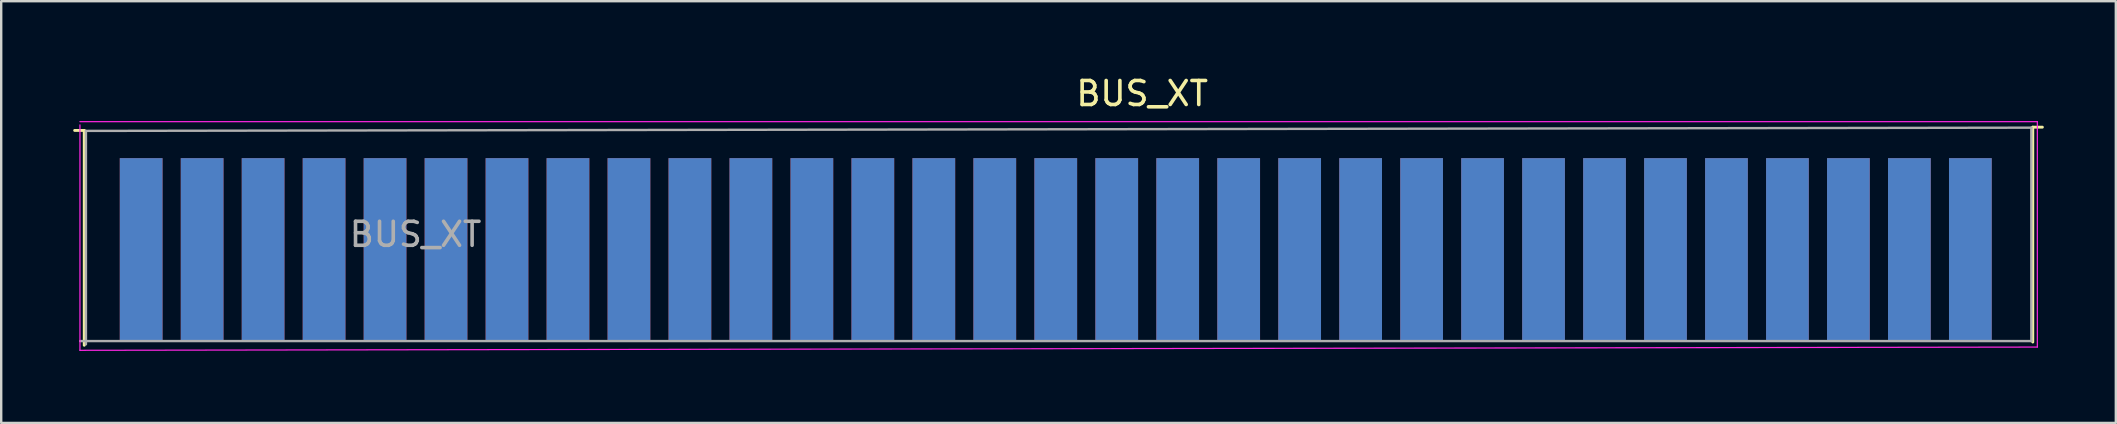
<source format=kicad_pcb>
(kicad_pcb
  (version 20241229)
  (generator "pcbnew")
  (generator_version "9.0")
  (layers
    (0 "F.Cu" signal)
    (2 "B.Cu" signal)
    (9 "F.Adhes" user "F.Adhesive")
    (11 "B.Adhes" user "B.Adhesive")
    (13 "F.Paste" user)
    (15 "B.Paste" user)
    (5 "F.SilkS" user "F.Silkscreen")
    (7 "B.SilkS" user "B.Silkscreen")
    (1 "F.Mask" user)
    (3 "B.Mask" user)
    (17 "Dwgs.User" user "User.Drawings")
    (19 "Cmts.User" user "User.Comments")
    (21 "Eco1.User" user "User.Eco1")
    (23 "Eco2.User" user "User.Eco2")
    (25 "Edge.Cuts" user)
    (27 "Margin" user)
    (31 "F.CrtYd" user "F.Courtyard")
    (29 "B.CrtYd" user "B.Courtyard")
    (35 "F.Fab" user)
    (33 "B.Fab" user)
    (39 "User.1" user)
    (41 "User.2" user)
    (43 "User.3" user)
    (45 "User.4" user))
  (footprint "BUS_XT"
    (layer "F.Cu")
    (at 79.03 7.348)
    (property "Reference" "BUS_XT" (at -34.5 -6.5 0) (layer "F.SilkS") (effects (font (size 1 1) (thickness 0.15))))
    (attr exclude_from_pos_files exclude_from_bom)
    (fp_line (start -78.57 -4.965) (end -78.97 -4.965) (stroke (width 0.12) (type solid)) (layer "F.SilkS"))
    (fp_line (start -78.57 3.985) (end -78.57 -4.965) (stroke (width 0.12) (type solid)) (layer "F.SilkS"))
    (fp_line (start 2.6 -5.1) (end 3 -5.1) (stroke (width 0.12) (type solid)) (layer "F.SilkS"))
    (fp_line (start 2.6 3.85) (end 2.6 -5.1) (stroke (width 0.12) (type solid)) (layer "F.SilkS"))
    (fp_line (start -78.75 -5.33) (end 2.79 -5.33) (stroke (width 0.05) (type solid)) (layer "F.CrtYd"))
    (fp_line (start -78.75 -5.195) (end -78.75 4.195) (stroke (width 0.05) (type solid)) (layer "F.CrtYd"))
    (fp_line (start 2.79 4.06) (end -78.75 4.195) (stroke (width 0.05) (type solid)) (layer "F.CrtYd"))
    (fp_line (start 2.79 4.06) (end 2.79 -5.33) (stroke (width 0.05) (type solid)) (layer "F.CrtYd"))
    (fp_line (start -78.5 -4.945) (end 2.54 -5.08) (stroke (width 0.1) (type solid)) (layer "F.Fab"))
    (fp_line (start -78.5 3.945) (end -78.5 -4.945) (stroke (width 0.1) (type solid)) (layer "F.Fab"))
    (fp_line (start 2.54 -5.08) (end 2.54 3.81) (stroke (width 0.1) (type solid)) (layer "F.Fab"))
    (fp_line (start 2.54 3.81) (end -78.74 3.81) (stroke (width 0.1) (type solid)) (layer "F.Fab"))
    (fp_text user "${REFERENCE}" (at -64.77 -0.635 0) (layer "F.Fab") (effects (font (size 1 1) (thickness 0.15))))
    (pad "1" connect rect (at 0 0) (size 1.78 7.62) (layers "B.Cu" "B.Mask"))
    (pad "2" connect rect (at -2.54 0) (size 1.78 7.62) (layers "B.Cu" "B.Mask"))
    (pad "3" connect rect (at -5.08 0) (size 1.78 7.62) (layers "B.Cu" "B.Mask"))
    (pad "4" connect rect (at -7.62 0) (size 1.78 7.62) (layers "B.Cu" "B.Mask"))
    (pad "5" connect rect (at -10.16 0) (size 1.78 7.62) (layers "B.Cu" "B.Mask"))
    (pad "6" connect rect (at -12.7 0) (size 1.78 7.62) (layers "B.Cu" "B.Mask"))
    (pad "7" connect rect (at -15.24 0) (size 1.78 7.62) (layers "B.Cu" "B.Mask"))
    (pad "8" connect rect (at -17.78 0) (size 1.78 7.62) (layers "B.Cu" "B.Mask"))
    (pad "9" connect rect (at -20.32 0) (size 1.78 7.62) (layers "B.Cu" "B.Mask"))
    (pad "10" connect rect (at -22.86 0) (size 1.78 7.62) (layers "B.Cu" "B.Mask"))
    (pad "11" connect rect (at -25.4 0) (size 1.78 7.62) (layers "B.Cu" "B.Mask"))
    (pad "12" connect rect (at -27.94 0) (size 1.78 7.62) (layers "B.Cu" "B.Mask"))
    (pad "13" connect rect (at -30.48 0) (size 1.78 7.62) (layers "B.Cu" "B.Mask"))
    (pad "14" connect rect (at -33.02 0) (size 1.78 7.62) (layers "B.Cu" "B.Mask"))
    (pad "15" connect rect (at -35.56 0) (size 1.78 7.62) (layers "B.Cu" "B.Mask"))
    (pad "16" connect rect (at -38.1 0) (size 1.78 7.62) (layers "B.Cu" "B.Mask"))
    (pad "17" connect rect (at -40.64 0) (size 1.78 7.62) (layers "B.Cu" "B.Mask"))
    (pad "18" connect rect (at -43.18 0) (size 1.78 7.62) (layers "B.Cu" "B.Mask"))
    (pad "19" connect rect (at -45.72 0) (size 1.78 7.62) (layers "B.Cu" "B.Mask"))
    (pad "20" connect rect (at -48.26 0) (size 1.78 7.62) (layers "B.Cu" "B.Mask"))
    (pad "21" connect rect (at -50.8 0) (size 1.78 7.62) (layers "B.Cu" "B.Mask"))
    (pad "22" connect rect (at -53.34 0) (size 1.78 7.62) (layers "B.Cu" "B.Mask"))
    (pad "23" connect rect (at -55.88 0) (size 1.78 7.62) (layers "B.Cu" "B.Mask"))
    (pad "24" connect rect (at -58.42 0) (size 1.78 7.62) (layers "B.Cu" "B.Mask"))
    (pad "25" connect rect (at -60.96 0) (size 1.78 7.62) (layers "B.Cu" "B.Mask"))
    (pad "26" connect rect (at -63.5 0) (size 1.78 7.62) (layers "B.Cu" "B.Mask"))
    (pad "27" connect rect (at -66.04 0) (size 1.78 7.62) (layers "B.Cu" "B.Mask"))
    (pad "28" connect rect (at -68.58 0) (size 1.78 7.62) (layers "B.Cu" "B.Mask"))
    (pad "29" connect rect (at -71.12 0) (size 1.78 7.62) (layers "B.Cu" "B.Mask"))
    (pad "30" connect rect (at -73.66 0) (size 1.78 7.62) (layers "B.Cu" "B.Mask"))
    (pad "31" connect rect (at -76.2 0) (size 1.78 7.62) (layers "B.Cu" "B.Mask"))
    (pad "32" connect rect (at 0 0) (size 1.78 7.62) (layers "F.Cu" "F.Mask"))
    (pad "33" connect rect (at -2.54 0) (size 1.78 7.62) (layers "F.Cu" "F.Mask"))
    (pad "34" connect rect (at -5.08 0) (size 1.78 7.62) (layers "F.Cu" "F.Mask"))
    (pad "35" connect rect (at -7.62 0) (size 1.78 7.62) (layers "F.Cu" "F.Mask"))
    (pad "36" connect rect (at -10.16 0) (size 1.78 7.62) (layers "F.Cu" "F.Mask"))
    (pad "37" connect rect (at -12.7 0) (size 1.78 7.62) (layers "F.Cu" "F.Mask"))
    (pad "38" connect rect (at -15.24 0) (size 1.78 7.62) (layers "F.Cu" "F.Mask"))
    (pad "39" connect rect (at -17.78 0) (size 1.78 7.62) (layers "F.Cu" "F.Mask"))
    (pad "40" connect rect (at -20.32 0) (size 1.78 7.62) (layers "F.Cu" "F.Mask"))
    (pad "41" connect rect (at -22.86 0) (size 1.78 7.62) (layers "F.Cu" "F.Mask"))
    (pad "42" connect rect (at -25.4 0) (size 1.78 7.62) (layers "F.Cu" "F.Mask"))
    (pad "43" connect rect (at -27.94 0) (size 1.78 7.62) (layers "F.Cu" "F.Mask"))
    (pad "44" connect rect (at -30.48 0) (size 1.78 7.62) (layers "F.Cu" "F.Mask"))
    (pad "45" connect rect (at -33.02 0) (size 1.78 7.62) (layers "F.Cu" "F.Mask"))
    (pad "46" connect rect (at -35.56 0) (size 1.78 7.62) (layers "F.Cu" "F.Mask"))
    (pad "47" connect rect (at -38.1 0) (size 1.78 7.62) (layers "F.Cu" "F.Mask"))
    (pad "48" connect rect (at -40.64 0) (size 1.78 7.62) (layers "F.Cu" "F.Mask"))
    (pad "49" connect rect (at -43.18 0) (size 1.78 7.62) (layers "F.Cu" "F.Mask"))
    (pad "50" connect rect (at -45.72 0) (size 1.78 7.62) (layers "F.Cu" "F.Mask"))
    (pad "51" connect rect (at -48.26 0) (size 1.78 7.62) (layers "F.Cu" "F.Mask"))
    (pad "52" connect rect (at -50.8 0) (size 1.78 7.62) (layers "F.Cu" "F.Mask"))
    (pad "53" connect rect (at -53.34 0) (size 1.78 7.62) (layers "F.Cu" "F.Mask"))
    (pad "54" connect rect (at -55.88 0) (size 1.78 7.62) (layers "F.Cu" "F.Mask"))
    (pad "55" connect rect (at -58.42 0) (size 1.78 7.62) (layers "F.Cu" "F.Mask"))
    (pad "56" connect rect (at -60.96 0) (size 1.78 7.62) (layers "F.Cu" "F.Mask"))
    (pad "57" connect rect (at -63.5 0) (size 1.78 7.62) (layers "F.Cu" "F.Mask"))
    (pad "58" connect rect (at -66.04 0) (size 1.78 7.62) (layers "F.Cu" "F.Mask"))
    (pad "59" connect rect (at -68.58 0) (size 1.78 7.62) (layers "F.Cu" "F.Mask"))
    (pad "60" connect rect (at -71.12 0) (size 1.78 7.62) (layers "F.Cu" "F.Mask"))
    (pad "61" connect rect (at -73.66 0) (size 1.78 7.62) (layers "F.Cu" "F.Mask"))
    (pad "62" connect rect (at -76.2 0) (size 1.78 7.62) (layers "F.Cu" "F.Mask")))
  (gr_rect
    (start -3 -3)
    (end 85.09 14.568)
    (stroke (width 0.1) (type default))
    (fill no)
    (layer "Edge.Cuts")))
</source>
